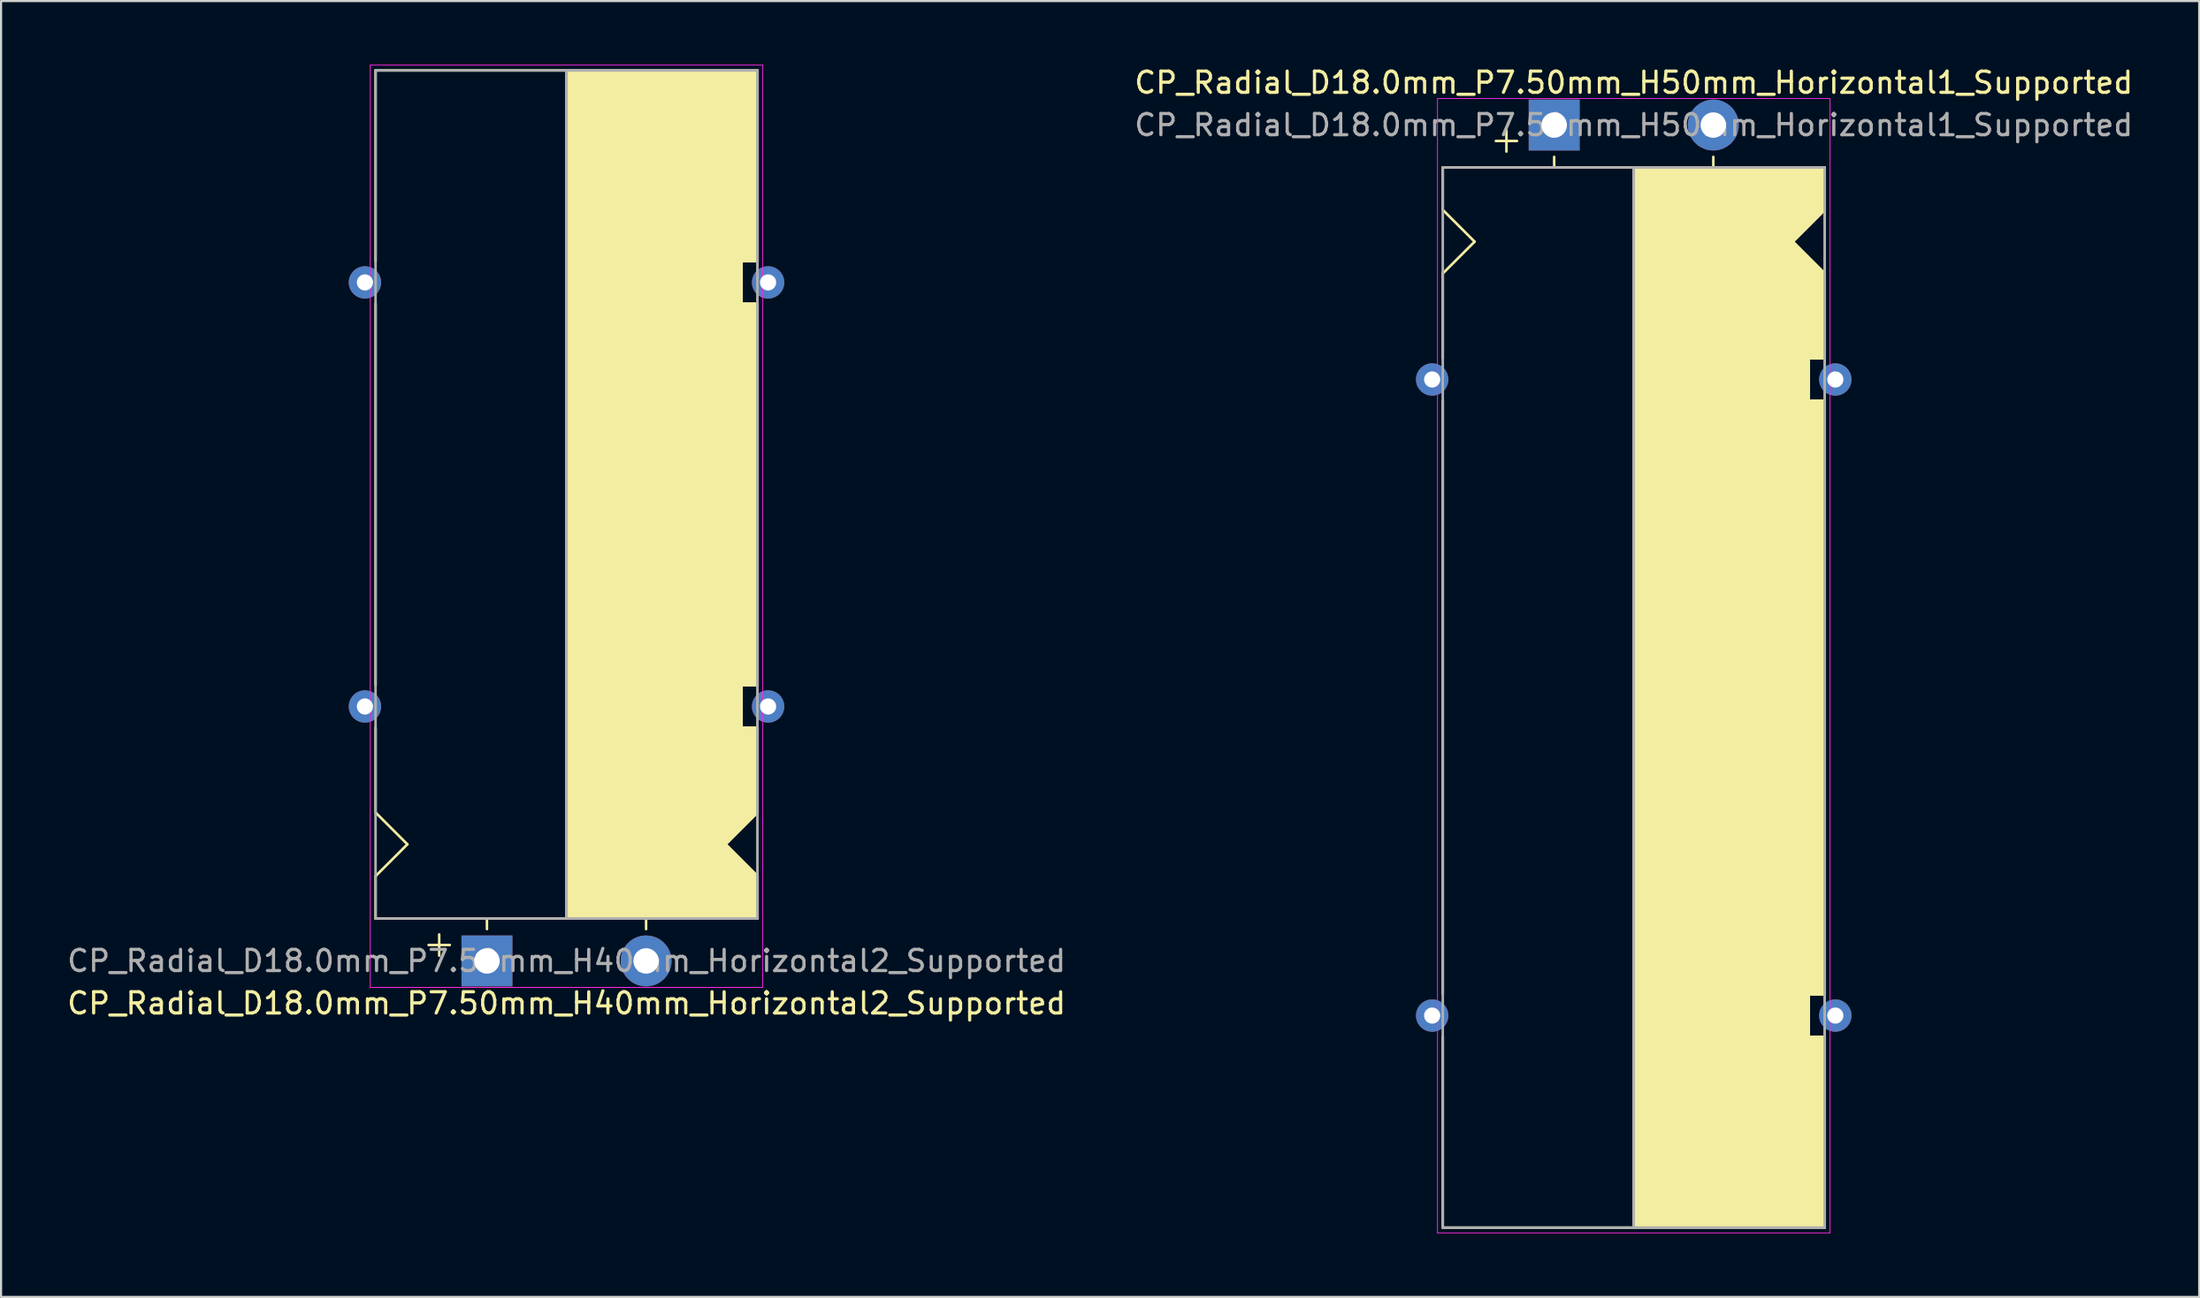
<source format=kicad_pcb>
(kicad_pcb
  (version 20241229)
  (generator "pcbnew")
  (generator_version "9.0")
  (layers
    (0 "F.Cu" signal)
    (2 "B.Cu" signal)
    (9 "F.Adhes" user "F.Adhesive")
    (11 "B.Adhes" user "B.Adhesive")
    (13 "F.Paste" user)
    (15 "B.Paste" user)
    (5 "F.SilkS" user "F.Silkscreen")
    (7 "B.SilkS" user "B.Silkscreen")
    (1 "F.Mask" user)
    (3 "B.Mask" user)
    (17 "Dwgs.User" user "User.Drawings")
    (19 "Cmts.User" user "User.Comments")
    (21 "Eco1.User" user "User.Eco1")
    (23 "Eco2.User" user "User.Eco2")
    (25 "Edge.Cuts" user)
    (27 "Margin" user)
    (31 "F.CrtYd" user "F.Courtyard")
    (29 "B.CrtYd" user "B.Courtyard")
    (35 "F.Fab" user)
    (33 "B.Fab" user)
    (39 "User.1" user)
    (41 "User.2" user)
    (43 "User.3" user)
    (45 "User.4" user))
  (footprint "CP_Radial_D18.0mm_P7.50mm_H50mm_Horizontal1_Supported"
    (layer "F.Cu")
    (at 70.196 2.848)
    (property "Reference" "CP_Radial_D18.0mm_P7.50mm_H50mm_Horizontal1_Supported" (at 3.75 -2 0) (layer "F.SilkS") (effects (font (size 1 1) (thickness 0.15))))
    (attr through_hole)
    (fp_line (start -5.25 2) (end -5.25 4) (stroke (width 0.12) (type solid)) (layer "F.SilkS"))
    (fp_line (start -5.25 2) (end 12.75 2) (stroke (width 0.12) (type solid)) (layer "F.SilkS"))
    (fp_line (start -5.25 4) (end -3.75 5.5) (stroke (width 0.12) (type solid)) (layer "F.SilkS"))
    (fp_line (start -5.25 7) (end -3.75 5.5) (stroke (width 0.12) (type solid)) (layer "F.SilkS"))
    (fp_line (start -5.25 11) (end -5.25 7) (stroke (width 0.12) (type solid)) (layer "F.SilkS"))
    (fp_line (start -5.25 13) (end -5.25 41) (stroke (width 0.12) (type solid)) (layer "F.SilkS"))
    (fp_line (start -5.25 43) (end -5.25 52) (stroke (width 0.12) (type solid)) (layer "F.SilkS"))
    (fp_line (start -5.25 52) (end 12.75 52) (stroke (width 0.12) (type solid)) (layer "F.SilkS"))
    (fp_line (start -2.25 0.25) (end -2.25 1.25) (stroke (width 0.12) (type solid)) (layer "F.SilkS"))
    (fp_line (start -1.75 0.75) (end -2.75 0.75) (stroke (width 0.12) (type solid)) (layer "F.SilkS"))
    (fp_line (start 0 1.5) (end 0 2) (stroke (width 0.12) (type solid)) (layer "F.SilkS"))
    (fp_line (start 3.75 2) (end 3.75 52) (stroke (width 0.12) (type solid)) (layer "F.SilkS"))
    (fp_line (start 7.5 1.5) (end 7.5 2) (stroke (width 0.12) (type solid)) (layer "F.SilkS"))
    (fp_line (start 12 11) (end 12 13) (stroke (width 0.12) (type solid)) (layer "F.SilkS"))
    (fp_line (start 12 13) (end 12.75 13) (stroke (width 0.12) (type solid)) (layer "F.SilkS"))
    (fp_line (start 12 41) (end 12 43) (stroke (width 0.12) (type solid)) (layer "F.SilkS"))
    (fp_line (start 12 43) (end 12.75 43) (stroke (width 0.12) (type solid)) (layer "F.SilkS"))
    (fp_line (start 12.25 11) (end 12 11) (stroke (width 0.12) (type solid)) (layer "F.SilkS"))
    (fp_line (start 12.75 2) (end 12.75 4) (stroke (width 0.12) (type solid)) (layer "F.SilkS"))
    (fp_line (start 12.75 4) (end 11.25 5.5) (stroke (width 0.12) (type solid)) (layer "F.SilkS"))
    (fp_line (start 12.75 7) (end 11.25 5.5) (stroke (width 0.12) (type solid)) (layer "F.SilkS"))
    (fp_line (start 12.75 11) (end 12.25 11) (stroke (width 0.12) (type solid)) (layer "F.SilkS"))
    (fp_line (start 12.75 11) (end 12.75 7) (stroke (width 0.12) (type solid)) (layer "F.SilkS"))
    (fp_line (start 12.75 13) (end 12.75 41) (stroke (width 0.12) (type solid)) (layer "F.SilkS"))
    (fp_line (start 12.75 41) (end 12 41) (stroke (width 0.12) (type solid)) (layer "F.SilkS"))
    (fp_line (start 12.75 43) (end 12.75 52) (stroke (width 0.12) (type solid)) (layer "F.SilkS"))
    (fp_poly (pts (xy 12.75 4) (xy 11.25 5.5) (xy 12.75 7) (xy 12.75 11) (xy 12 11) (xy 12 13) (xy 12.75 13) (xy 12.75 41) (xy 12 41) (xy 12 43) (xy 12.75 43) (xy 12.75 52) (xy 3.75 52) (xy 3.75 2) (xy 12.75 2)) (stroke (width 0.1) (type solid)) (fill yes) (layer "F.SilkS"))
    (fp_line (start -5.5 -1.25) (end -5.5 52.25) (stroke (width 0.04) (type solid)) (layer "F.CrtYd"))
    (fp_line (start -5.5 52.25) (end 13 52.25) (stroke (width 0.04) (type solid)) (layer "F.CrtYd"))
    (fp_line (start 13 -1.25) (end -5.5 -1.25) (stroke (width 0.04) (type solid)) (layer "F.CrtYd"))
    (fp_line (start 13 52.25) (end 13 -1.25) (stroke (width 0.04) (type solid)) (layer "F.CrtYd"))
    (fp_line (start -5.25 2) (end -5.25 52) (stroke (width 0.12) (type solid)) (layer "F.Fab"))
    (fp_line (start -5.25 52) (end 12.75 52) (stroke (width 0.12) (type solid)) (layer "F.Fab"))
    (fp_line (start 3.75 2) (end 3.75 52) (stroke (width 0.12) (type solid)) (layer "F.Fab"))
    (fp_line (start 12.75 2) (end -5.25 2) (stroke (width 0.12) (type solid)) (layer "F.Fab"))
    (fp_line (start 12.75 52) (end 12.75 2) (stroke (width 0.12) (type solid)) (layer "F.Fab"))
    (fp_poly (pts (xy 12.75 52) (xy 3.75 52) (xy 3.75 2) (xy 12.75 2)) (stroke (width 0.1) (type solid)) (fill no) (layer "F.Fab"))
    (fp_text user "${REFERENCE}" (at 3.75 0 0) (layer "F.Fab") (effects (font (size 1 1) (thickness 0.15))))
    (pad "1" thru_hole rect (at 0 0) (size 2.4 2.4) (drill 1.2) (layers "*.Cu" "*.Mask"))
    (pad "2" thru_hole circle (at 7.5 0) (size 2.4 2.4) (drill 1.2) (layers "*.Cu" "*.Mask"))
    (pad "~" thru_hole circle (at -5.75 12) (size 1.524 1.524) (drill 0.762) (layers "*.Cu" "*.Mask"))
    (pad "~" thru_hole circle (at -5.75 42) (size 1.524 1.524) (drill 0.762) (layers "*.Cu" "*.Mask"))
    (pad "~" thru_hole circle (at 13.25 12) (size 1.524 1.524) (drill 0.762) (layers "*.Cu" "*.Mask"))
    (pad "~" thru_hole circle (at 13.25 42) (size 1.524 1.524) (drill 0.762) (layers "*.Cu" "*.Mask")))
  (footprint "CP_Radial_D18.0mm_P7.50mm_H40mm_Horizontal2_Supported"
    (layer "F.Cu")
    (at 19.899 42.27)
    (property "Reference" "CP_Radial_D18.0mm_P7.50mm_H40mm_Horizontal2_Supported" (at 3.75 2 0) (layer "F.SilkS") (effects (font (size 1 1) (thickness 0.15))))
    (attr through_hole)
    (fp_line (start -5.25 -42) (end 12.75 -42) (stroke (width 0.12) (type solid)) (layer "F.SilkS"))
    (fp_line (start -5.25 -33) (end -5.25 -42) (stroke (width 0.12) (type solid)) (layer "F.SilkS"))
    (fp_line (start -5.25 -13) (end -5.25 -31) (stroke (width 0.12) (type solid)) (layer "F.SilkS"))
    (fp_line (start -5.25 -11) (end -5.25 -7) (stroke (width 0.12) (type solid)) (layer "F.SilkS"))
    (fp_line (start -5.25 -7) (end -3.75 -5.5) (stroke (width 0.12) (type solid)) (layer "F.SilkS"))
    (fp_line (start -5.25 -4) (end -3.75 -5.5) (stroke (width 0.12) (type solid)) (layer "F.SilkS"))
    (fp_line (start -5.25 -2) (end -5.25 -4) (stroke (width 0.12) (type solid)) (layer "F.SilkS"))
    (fp_line (start -5.25 -2) (end 12.75 -2) (stroke (width 0.12) (type solid)) (layer "F.SilkS"))
    (fp_line (start -2.25 -1.25) (end -2.25 -0.25) (stroke (width 0.12) (type solid)) (layer "F.SilkS"))
    (fp_line (start -1.75 -0.75) (end -2.75 -0.75) (stroke (width 0.12) (type solid)) (layer "F.SilkS"))
    (fp_line (start 0 -1.5) (end 0 -2) (stroke (width 0.12) (type solid)) (layer "F.SilkS"))
    (fp_line (start 3.75 -2) (end 3.75 -42) (stroke (width 0.12) (type solid)) (layer "F.SilkS"))
    (fp_line (start 7.5 -1.5) (end 7.5 -2) (stroke (width 0.12) (type solid)) (layer "F.SilkS"))
    (fp_line (start 12 -33) (end 12.75 -33) (stroke (width 0.12) (type solid)) (layer "F.SilkS"))
    (fp_line (start 12 -31) (end 12 -33) (stroke (width 0.12) (type solid)) (layer "F.SilkS"))
    (fp_line (start 12 -13) (end 12.75 -13) (stroke (width 0.12) (type solid)) (layer "F.SilkS"))
    (fp_line (start 12 -11) (end 12 -13) (stroke (width 0.12) (type solid)) (layer "F.SilkS"))
    (fp_line (start 12.25 -11) (end 12 -11) (stroke (width 0.12) (type solid)) (layer "F.SilkS"))
    (fp_line (start 12.75 -33) (end 12.75 -42) (stroke (width 0.12) (type solid)) (layer "F.SilkS"))
    (fp_line (start 12.75 -31) (end 12 -31) (stroke (width 0.12) (type solid)) (layer "F.SilkS"))
    (fp_line (start 12.75 -13) (end 12.75 -31) (stroke (width 0.12) (type solid)) (layer "F.SilkS"))
    (fp_line (start 12.75 -11) (end 12.25 -11) (stroke (width 0.12) (type solid)) (layer "F.SilkS"))
    (fp_line (start 12.75 -11) (end 12.75 -7) (stroke (width 0.12) (type solid)) (layer "F.SilkS"))
    (fp_line (start 12.75 -7) (end 11.25 -5.5) (stroke (width 0.12) (type solid)) (layer "F.SilkS"))
    (fp_line (start 12.75 -4) (end 11.25 -5.5) (stroke (width 0.12) (type solid)) (layer "F.SilkS"))
    (fp_line (start 12.75 -2) (end 12.75 -4) (stroke (width 0.12) (type solid)) (layer "F.SilkS"))
    (fp_poly (pts (xy 12.75 -4) (xy 11.25 -5.5) (xy 12.75 -7) (xy 12.75 -11) (xy 12 -11) (xy 12 -13) (xy 12.75 -13) (xy 12.75 -31) (xy 12 -31) (xy 12 -33) (xy 12.75 -33) (xy 12.75 -42) (xy 3.75 -42) (xy 3.75 -2) (xy 12.75 -2)) (stroke (width 0.1) (type solid)) (fill yes) (layer "F.SilkS"))
    (fp_line (start -5.5 -42.25) (end 13 -42.25) (stroke (width 0.04) (type solid)) (layer "F.CrtYd"))
    (fp_line (start -5.5 1.25) (end -5.5 -42.25) (stroke (width 0.04) (type solid)) (layer "F.CrtYd"))
    (fp_line (start 13 -42.25) (end 13 1.25) (stroke (width 0.04) (type solid)) (layer "F.CrtYd"))
    (fp_line (start 13 1.25) (end -5.5 1.25) (stroke (width 0.04) (type solid)) (layer "F.CrtYd"))
    (fp_line (start -5.25 -42) (end 12.75 -42) (stroke (width 0.12) (type solid)) (layer "F.Fab"))
    (fp_line (start -5.25 -2) (end -5.25 -42) (stroke (width 0.12) (type solid)) (layer "F.Fab"))
    (fp_line (start 3.75 -2) (end 3.75 -42) (stroke (width 0.12) (type solid)) (layer "F.Fab"))
    (fp_line (start 12.75 -42) (end 12.75 -2) (stroke (width 0.12) (type solid)) (layer "F.Fab"))
    (fp_line (start 12.75 -2) (end -5.25 -2) (stroke (width 0.12) (type solid)) (layer "F.Fab"))
    (fp_poly (pts (xy 12.75 -42) (xy 3.75 -42) (xy 3.75 -2) (xy 12.75 -2)) (stroke (width 0.1) (type solid)) (fill no) (layer "F.Fab"))
    (fp_text user "${REFERENCE}" (at 3.75 0 0) (layer "F.Fab") (effects (font (size 1 1) (thickness 0.15))))
    (pad "1" thru_hole rect (at 0 0) (size 2.4 2.4) (drill 1.2) (layers "*.Cu" "*.Mask"))
    (pad "2" thru_hole circle (at 7.5 0) (size 2.4 2.4) (drill 1.2) (layers "*.Cu" "*.Mask"))
    (pad "~" thru_hole circle (at -5.75 -32 180) (size 1.524 1.524) (drill 0.762) (layers "*.Cu" "*.Mask"))
    (pad "~" thru_hole circle (at -5.75 -12 180) (size 1.524 1.524) (drill 0.762) (layers "*.Cu" "*.Mask"))
    (pad "~" thru_hole circle (at 13.25 -32 180) (size 1.524 1.524) (drill 0.762) (layers "*.Cu" "*.Mask"))
    (pad "~" thru_hole circle (at 13.25 -12 180) (size 1.524 1.524) (drill 0.762) (layers "*.Cu" "*.Mask")))
  (gr_rect
    (start -3 -3)
    (end 100.595 58.118)
    (stroke (width 0.1) (type default))
    (fill no)
    (layer "Edge.Cuts")))
</source>
